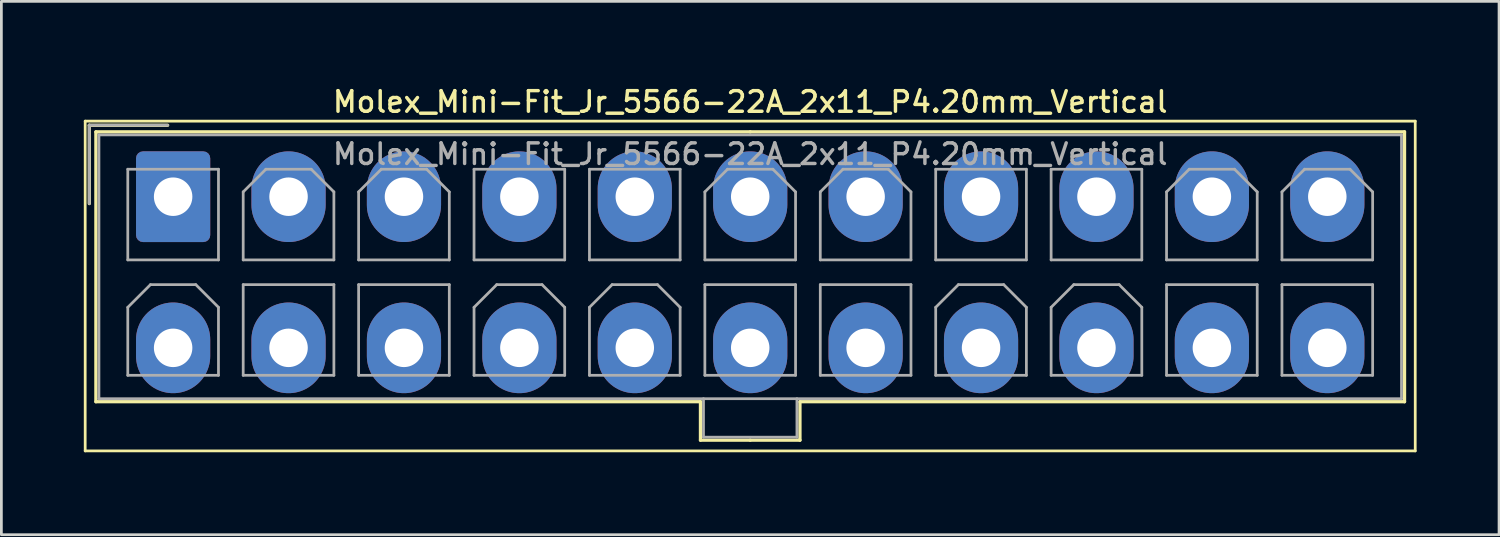
<source format=kicad_pcb>
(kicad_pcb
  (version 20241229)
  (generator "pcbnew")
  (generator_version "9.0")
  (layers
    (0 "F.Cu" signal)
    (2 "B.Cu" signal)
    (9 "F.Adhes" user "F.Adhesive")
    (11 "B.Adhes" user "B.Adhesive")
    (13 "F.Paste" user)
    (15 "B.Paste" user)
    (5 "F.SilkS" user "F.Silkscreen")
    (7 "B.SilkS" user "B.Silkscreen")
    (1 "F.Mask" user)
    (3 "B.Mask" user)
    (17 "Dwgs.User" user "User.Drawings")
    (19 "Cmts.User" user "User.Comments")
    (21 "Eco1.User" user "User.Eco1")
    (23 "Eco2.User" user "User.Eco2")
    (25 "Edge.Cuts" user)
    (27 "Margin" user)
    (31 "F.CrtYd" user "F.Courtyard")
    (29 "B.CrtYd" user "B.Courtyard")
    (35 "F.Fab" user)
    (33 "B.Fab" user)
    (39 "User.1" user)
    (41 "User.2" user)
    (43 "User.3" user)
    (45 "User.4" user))
  (footprint "Molex_Mini-Fit_Jr_5566-22A_2x11_P4.20mm_Vertical"
    (layer "F.Cu")
    (at 3.25 4.108)
    (property "Reference" "Molex_Mini-Fit_Jr_5566-22A_2x11_P4.20mm_Vertical" (at 21 -3.45 0) (layer "F.SilkS") (effects (font (size 0.75 0.75) (thickness 0.125))))
    (attr through_hole)
    (fp_line (start -3.2 -2.75) (end -3.2 9.25) (stroke (width 0.1) (type solid)) (layer "F.SilkS"))
    (fp_line (start -3.2 9.25) (end 45.2 9.25) (stroke (width 0.1) (type solid)) (layer "F.SilkS"))
    (fp_line (start -3.05 -2.6) (end -3.05 0.25) (stroke (width 0.12) (type solid)) (layer "F.SilkS"))
    (fp_line (start -2.81 -2.36) (end -2.81 7.46) (stroke (width 0.12) (type solid)) (layer "F.SilkS"))
    (fp_line (start -2.81 7.46) (end 19.19 7.46) (stroke (width 0.12) (type solid)) (layer "F.SilkS"))
    (fp_line (start -0.2 -2.6) (end -3.05 -2.6) (stroke (width 0.12) (type solid)) (layer "F.SilkS"))
    (fp_line (start 19.19 7.46) (end 19.19 8.86) (stroke (width 0.12) (type solid)) (layer "F.SilkS"))
    (fp_line (start 19.19 8.86) (end 21 8.86) (stroke (width 0.12) (type solid)) (layer "F.SilkS"))
    (fp_line (start 21 -2.36) (end -2.81 -2.36) (stroke (width 0.12) (type solid)) (layer "F.SilkS"))
    (fp_line (start 21 -2.36) (end 44.81 -2.36) (stroke (width 0.12) (type solid)) (layer "F.SilkS"))
    (fp_line (start 22.81 7.46) (end 22.81 8.86) (stroke (width 0.12) (type solid)) (layer "F.SilkS"))
    (fp_line (start 22.81 8.86) (end 21 8.86) (stroke (width 0.12) (type solid)) (layer "F.SilkS"))
    (fp_line (start 44.81 -2.36) (end 44.81 7.46) (stroke (width 0.12) (type solid)) (layer "F.SilkS"))
    (fp_line (start 44.81 7.46) (end 22.81 7.46) (stroke (width 0.12) (type solid)) (layer "F.SilkS"))
    (fp_line (start 45.2 -2.75) (end -3.2 -2.75) (stroke (width 0.1) (type solid)) (layer "F.SilkS"))
    (fp_line (start 45.2 9.25) (end 45.2 -2.75) (stroke (width 0.1) (type solid)) (layer "F.SilkS"))
    (fp_line (start -3.05 -2.6) (end -3.05 0.25) (stroke (width 0.1) (type solid)) (layer "F.Fab"))
    (fp_line (start -2.7 -2.25) (end -2.7 7.35) (stroke (width 0.1) (type solid)) (layer "F.Fab"))
    (fp_line (start -2.7 7.35) (end 44.7 7.35) (stroke (width 0.1) (type solid)) (layer "F.Fab"))
    (fp_line (start -1.65 -1) (end -1.65 2.3) (stroke (width 0.1) (type solid)) (layer "F.Fab"))
    (fp_line (start -1.65 2.3) (end 1.65 2.3) (stroke (width 0.1) (type solid)) (layer "F.Fab"))
    (fp_line (start -1.65 4.025) (end -0.825 3.2) (stroke (width 0.1) (type solid)) (layer "F.Fab"))
    (fp_line (start -1.65 6.5) (end -1.65 4.025) (stroke (width 0.1) (type solid)) (layer "F.Fab"))
    (fp_line (start -0.825 3.2) (end 0.825 3.2) (stroke (width 0.1) (type solid)) (layer "F.Fab"))
    (fp_line (start -0.2 -2.6) (end -3.05 -2.6) (stroke (width 0.1) (type solid)) (layer "F.Fab"))
    (fp_line (start 0.825 3.2) (end 1.65 4.025) (stroke (width 0.1) (type solid)) (layer "F.Fab"))
    (fp_line (start 1.65 -1) (end -1.65 -1) (stroke (width 0.1) (type solid)) (layer "F.Fab"))
    (fp_line (start 1.65 2.3) (end 1.65 -1) (stroke (width 0.1) (type solid)) (layer "F.Fab"))
    (fp_line (start 1.65 4.025) (end 1.65 6.5) (stroke (width 0.1) (type solid)) (layer "F.Fab"))
    (fp_line (start 1.65 6.5) (end -1.65 6.5) (stroke (width 0.1) (type solid)) (layer "F.Fab"))
    (fp_line (start 2.55 -0.175) (end 3.375 -1) (stroke (width 0.1) (type solid)) (layer "F.Fab"))
    (fp_line (start 2.55 2.3) (end 2.55 -0.175) (stroke (width 0.1) (type solid)) (layer "F.Fab"))
    (fp_line (start 2.55 3.2) (end 2.55 6.5) (stroke (width 0.1) (type solid)) (layer "F.Fab"))
    (fp_line (start 2.55 6.5) (end 5.85 6.5) (stroke (width 0.1) (type solid)) (layer "F.Fab"))
    (fp_line (start 3.375 -1) (end 5.025 -1) (stroke (width 0.1) (type solid)) (layer "F.Fab"))
    (fp_line (start 5.025 -1) (end 5.85 -0.175) (stroke (width 0.1) (type solid)) (layer "F.Fab"))
    (fp_line (start 5.85 -0.175) (end 5.85 2.3) (stroke (width 0.1) (type solid)) (layer "F.Fab"))
    (fp_line (start 5.85 2.3) (end 2.55 2.3) (stroke (width 0.1) (type solid)) (layer "F.Fab"))
    (fp_line (start 5.85 3.2) (end 2.55 3.2) (stroke (width 0.1) (type solid)) (layer "F.Fab"))
    (fp_line (start 5.85 6.5) (end 5.85 3.2) (stroke (width 0.1) (type solid)) (layer "F.Fab"))
    (fp_line (start 6.75 -0.175) (end 7.575 -1) (stroke (width 0.1) (type solid)) (layer "F.Fab"))
    (fp_line (start 6.75 2.3) (end 6.75 -0.175) (stroke (width 0.1) (type solid)) (layer "F.Fab"))
    (fp_line (start 6.75 3.2) (end 6.75 6.5) (stroke (width 0.1) (type solid)) (layer "F.Fab"))
    (fp_line (start 6.75 6.5) (end 10.05 6.5) (stroke (width 0.1) (type solid)) (layer "F.Fab"))
    (fp_line (start 7.575 -1) (end 9.225 -1) (stroke (width 0.1) (type solid)) (layer "F.Fab"))
    (fp_line (start 9.225 -1) (end 10.05 -0.175) (stroke (width 0.1) (type solid)) (layer "F.Fab"))
    (fp_line (start 10.05 -0.175) (end 10.05 2.3) (stroke (width 0.1) (type solid)) (layer "F.Fab"))
    (fp_line (start 10.05 2.3) (end 6.75 2.3) (stroke (width 0.1) (type solid)) (layer "F.Fab"))
    (fp_line (start 10.05 3.2) (end 6.75 3.2) (stroke (width 0.1) (type solid)) (layer "F.Fab"))
    (fp_line (start 10.05 6.5) (end 10.05 3.2) (stroke (width 0.1) (type solid)) (layer "F.Fab"))
    (fp_line (start 10.95 -1) (end 10.95 2.3) (stroke (width 0.1) (type solid)) (layer "F.Fab"))
    (fp_line (start 10.95 2.3) (end 14.25 2.3) (stroke (width 0.1) (type solid)) (layer "F.Fab"))
    (fp_line (start 10.95 4.025) (end 11.775 3.2) (stroke (width 0.1) (type solid)) (layer "F.Fab"))
    (fp_line (start 10.95 6.5) (end 10.95 4.025) (stroke (width 0.1) (type solid)) (layer "F.Fab"))
    (fp_line (start 11.775 3.2) (end 13.425 3.2) (stroke (width 0.1) (type solid)) (layer "F.Fab"))
    (fp_line (start 13.425 3.2) (end 14.25 4.025) (stroke (width 0.1) (type solid)) (layer "F.Fab"))
    (fp_line (start 14.25 -1) (end 10.95 -1) (stroke (width 0.1) (type solid)) (layer "F.Fab"))
    (fp_line (start 14.25 2.3) (end 14.25 -1) (stroke (width 0.1) (type solid)) (layer "F.Fab"))
    (fp_line (start 14.25 4.025) (end 14.25 6.5) (stroke (width 0.1) (type solid)) (layer "F.Fab"))
    (fp_line (start 14.25 6.5) (end 10.95 6.5) (stroke (width 0.1) (type solid)) (layer "F.Fab"))
    (fp_line (start 15.15 -1) (end 15.15 2.3) (stroke (width 0.1) (type solid)) (layer "F.Fab"))
    (fp_line (start 15.15 2.3) (end 18.45 2.3) (stroke (width 0.1) (type solid)) (layer "F.Fab"))
    (fp_line (start 15.15 4.025) (end 15.975 3.2) (stroke (width 0.1) (type solid)) (layer "F.Fab"))
    (fp_line (start 15.15 6.5) (end 15.15 4.025) (stroke (width 0.1) (type solid)) (layer "F.Fab"))
    (fp_line (start 15.975 3.2) (end 17.625 3.2) (stroke (width 0.1) (type solid)) (layer "F.Fab"))
    (fp_line (start 17.625 3.2) (end 18.45 4.025) (stroke (width 0.1) (type solid)) (layer "F.Fab"))
    (fp_line (start 18.45 -1) (end 15.15 -1) (stroke (width 0.1) (type solid)) (layer "F.Fab"))
    (fp_line (start 18.45 2.3) (end 18.45 -1) (stroke (width 0.1) (type solid)) (layer "F.Fab"))
    (fp_line (start 18.45 4.025) (end 18.45 6.5) (stroke (width 0.1) (type solid)) (layer "F.Fab"))
    (fp_line (start 18.45 6.5) (end 15.15 6.5) (stroke (width 0.1) (type solid)) (layer "F.Fab"))
    (fp_line (start 19.3 7.35) (end 19.3 8.75) (stroke (width 0.1) (type solid)) (layer "F.Fab"))
    (fp_line (start 19.3 8.75) (end 22.7 8.75) (stroke (width 0.1) (type solid)) (layer "F.Fab"))
    (fp_line (start 19.35 -0.175) (end 20.175 -1) (stroke (width 0.1) (type solid)) (layer "F.Fab"))
    (fp_line (start 19.35 2.3) (end 19.35 -0.175) (stroke (width 0.1) (type solid)) (layer "F.Fab"))
    (fp_line (start 19.35 3.2) (end 19.35 6.5) (stroke (width 0.1) (type solid)) (layer "F.Fab"))
    (fp_line (start 19.35 6.5) (end 22.65 6.5) (stroke (width 0.1) (type solid)) (layer "F.Fab"))
    (fp_line (start 20.175 -1) (end 21.825 -1) (stroke (width 0.1) (type solid)) (layer "F.Fab"))
    (fp_line (start 21.825 -1) (end 22.65 -0.175) (stroke (width 0.1) (type solid)) (layer "F.Fab"))
    (fp_line (start 22.65 -0.175) (end 22.65 2.3) (stroke (width 0.1) (type solid)) (layer "F.Fab"))
    (fp_line (start 22.65 2.3) (end 19.35 2.3) (stroke (width 0.1) (type solid)) (layer "F.Fab"))
    (fp_line (start 22.65 3.2) (end 19.35 3.2) (stroke (width 0.1) (type solid)) (layer "F.Fab"))
    (fp_line (start 22.65 6.5) (end 22.65 3.2) (stroke (width 0.1) (type solid)) (layer "F.Fab"))
    (fp_line (start 22.7 8.75) (end 22.7 7.35) (stroke (width 0.1) (type solid)) (layer "F.Fab"))
    (fp_line (start 23.55 -0.175) (end 24.375 -1) (stroke (width 0.1) (type solid)) (layer "F.Fab"))
    (fp_line (start 23.55 2.3) (end 23.55 -0.175) (stroke (width 0.1) (type solid)) (layer "F.Fab"))
    (fp_line (start 23.55 3.2) (end 23.55 6.5) (stroke (width 0.1) (type solid)) (layer "F.Fab"))
    (fp_line (start 23.55 6.5) (end 26.85 6.5) (stroke (width 0.1) (type solid)) (layer "F.Fab"))
    (fp_line (start 24.375 -1) (end 26.025 -1) (stroke (width 0.1) (type solid)) (layer "F.Fab"))
    (fp_line (start 26.025 -1) (end 26.85 -0.175) (stroke (width 0.1) (type solid)) (layer "F.Fab"))
    (fp_line (start 26.85 -0.175) (end 26.85 2.3) (stroke (width 0.1) (type solid)) (layer "F.Fab"))
    (fp_line (start 26.85 2.3) (end 23.55 2.3) (stroke (width 0.1) (type solid)) (layer "F.Fab"))
    (fp_line (start 26.85 3.2) (end 23.55 3.2) (stroke (width 0.1) (type solid)) (layer "F.Fab"))
    (fp_line (start 26.85 6.5) (end 26.85 3.2) (stroke (width 0.1) (type solid)) (layer "F.Fab"))
    (fp_line (start 27.75 -1) (end 27.75 2.3) (stroke (width 0.1) (type solid)) (layer "F.Fab"))
    (fp_line (start 27.75 2.3) (end 31.05 2.3) (stroke (width 0.1) (type solid)) (layer "F.Fab"))
    (fp_line (start 27.75 4.025) (end 28.575 3.2) (stroke (width 0.1) (type solid)) (layer "F.Fab"))
    (fp_line (start 27.75 6.5) (end 27.75 4.025) (stroke (width 0.1) (type solid)) (layer "F.Fab"))
    (fp_line (start 28.575 3.2) (end 30.225 3.2) (stroke (width 0.1) (type solid)) (layer "F.Fab"))
    (fp_line (start 30.225 3.2) (end 31.05 4.025) (stroke (width 0.1) (type solid)) (layer "F.Fab"))
    (fp_line (start 31.05 -1) (end 27.75 -1) (stroke (width 0.1) (type solid)) (layer "F.Fab"))
    (fp_line (start 31.05 2.3) (end 31.05 -1) (stroke (width 0.1) (type solid)) (layer "F.Fab"))
    (fp_line (start 31.05 4.025) (end 31.05 6.5) (stroke (width 0.1) (type solid)) (layer "F.Fab"))
    (fp_line (start 31.05 6.5) (end 27.75 6.5) (stroke (width 0.1) (type solid)) (layer "F.Fab"))
    (fp_line (start 31.95 -1) (end 31.95 2.3) (stroke (width 0.1) (type solid)) (layer "F.Fab"))
    (fp_line (start 31.95 2.3) (end 35.25 2.3) (stroke (width 0.1) (type solid)) (layer "F.Fab"))
    (fp_line (start 31.95 4.025) (end 32.775 3.2) (stroke (width 0.1) (type solid)) (layer "F.Fab"))
    (fp_line (start 31.95 6.5) (end 31.95 4.025) (stroke (width 0.1) (type solid)) (layer "F.Fab"))
    (fp_line (start 32.775 3.2) (end 34.425 3.2) (stroke (width 0.1) (type solid)) (layer "F.Fab"))
    (fp_line (start 34.425 3.2) (end 35.25 4.025) (stroke (width 0.1) (type solid)) (layer "F.Fab"))
    (fp_line (start 35.25 -1) (end 31.95 -1) (stroke (width 0.1) (type solid)) (layer "F.Fab"))
    (fp_line (start 35.25 2.3) (end 35.25 -1) (stroke (width 0.1) (type solid)) (layer "F.Fab"))
    (fp_line (start 35.25 4.025) (end 35.25 6.5) (stroke (width 0.1) (type solid)) (layer "F.Fab"))
    (fp_line (start 35.25 6.5) (end 31.95 6.5) (stroke (width 0.1) (type solid)) (layer "F.Fab"))
    (fp_line (start 36.15 -0.175) (end 36.975 -1) (stroke (width 0.1) (type solid)) (layer "F.Fab"))
    (fp_line (start 36.15 2.3) (end 36.15 -0.175) (stroke (width 0.1) (type solid)) (layer "F.Fab"))
    (fp_line (start 36.15 3.2) (end 36.15 6.5) (stroke (width 0.1) (type solid)) (layer "F.Fab"))
    (fp_line (start 36.15 6.5) (end 39.45 6.5) (stroke (width 0.1) (type solid)) (layer "F.Fab"))
    (fp_line (start 36.975 -1) (end 38.625 -1) (stroke (width 0.1) (type solid)) (layer "F.Fab"))
    (fp_line (start 38.625 -1) (end 39.45 -0.175) (stroke (width 0.1) (type solid)) (layer "F.Fab"))
    (fp_line (start 39.45 -0.175) (end 39.45 2.3) (stroke (width 0.1) (type solid)) (layer "F.Fab"))
    (fp_line (start 39.45 2.3) (end 36.15 2.3) (stroke (width 0.1) (type solid)) (layer "F.Fab"))
    (fp_line (start 39.45 3.2) (end 36.15 3.2) (stroke (width 0.1) (type solid)) (layer "F.Fab"))
    (fp_line (start 39.45 6.5) (end 39.45 3.2) (stroke (width 0.1) (type solid)) (layer "F.Fab"))
    (fp_line (start 40.35 -0.175) (end 41.175 -1) (stroke (width 0.1) (type solid)) (layer "F.Fab"))
    (fp_line (start 40.35 2.3) (end 40.35 -0.175) (stroke (width 0.1) (type solid)) (layer "F.Fab"))
    (fp_line (start 40.35 3.2) (end 40.35 6.5) (stroke (width 0.1) (type solid)) (layer "F.Fab"))
    (fp_line (start 40.35 6.5) (end 43.65 6.5) (stroke (width 0.1) (type solid)) (layer "F.Fab"))
    (fp_line (start 41.175 -1) (end 42.825 -1) (stroke (width 0.1) (type solid)) (layer "F.Fab"))
    (fp_line (start 42.825 -1) (end 43.65 -0.175) (stroke (width 0.1) (type solid)) (layer "F.Fab"))
    (fp_line (start 43.65 -0.175) (end 43.65 2.3) (stroke (width 0.1) (type solid)) (layer "F.Fab"))
    (fp_line (start 43.65 2.3) (end 40.35 2.3) (stroke (width 0.1) (type solid)) (layer "F.Fab"))
    (fp_line (start 43.65 3.2) (end 40.35 3.2) (stroke (width 0.1) (type solid)) (layer "F.Fab"))
    (fp_line (start 43.65 6.5) (end 43.65 3.2) (stroke (width 0.1) (type solid)) (layer "F.Fab"))
    (fp_line (start 44.7 -2.25) (end -2.7 -2.25) (stroke (width 0.1) (type solid)) (layer "F.Fab"))
    (fp_line (start 44.7 7.35) (end 44.7 -2.25) (stroke (width 0.1) (type solid)) (layer "F.Fab"))
    (fp_text user "${REFERENCE}" (at 21 -1.55 0) (layer "F.Fab") (effects (font (size 0.75 0.75) (thickness 0.125))))
    (pad "1" thru_hole roundrect (at 0 0) (size 2.7 3.3) (drill 1.4) (layers "*.Cu" "*.Mask") (roundrect_rratio 0.093))
    (pad "2" thru_hole oval (at 4.2 0) (size 2.7 3.3) (drill 1.4) (layers "*.Cu" "*.Mask"))
    (pad "3" thru_hole oval (at 8.4 0) (size 2.7 3.3) (drill 1.4) (layers "*.Cu" "*.Mask"))
    (pad "4" thru_hole oval (at 12.6 0) (size 2.7 3.3) (drill 1.4) (layers "*.Cu" "*.Mask"))
    (pad "5" thru_hole oval (at 16.8 0) (size 2.7 3.3) (drill 1.4) (layers "*.Cu" "*.Mask"))
    (pad "6" thru_hole oval (at 21 0) (size 2.7 3.3) (drill 1.4) (layers "*.Cu" "*.Mask"))
    (pad "7" thru_hole oval (at 25.2 0) (size 2.7 3.3) (drill 1.4) (layers "*.Cu" "*.Mask"))
    (pad "8" thru_hole oval (at 29.4 0) (size 2.7 3.3) (drill 1.4) (layers "*.Cu" "*.Mask"))
    (pad "9" thru_hole oval (at 33.6 0) (size 2.7 3.3) (drill 1.4) (layers "*.Cu" "*.Mask"))
    (pad "10" thru_hole oval (at 37.8 0) (size 2.7 3.3) (drill 1.4) (layers "*.Cu" "*.Mask"))
    (pad "11" thru_hole oval (at 42 0) (size 2.7 3.3) (drill 1.4) (layers "*.Cu" "*.Mask"))
    (pad "12" thru_hole oval (at 0 5.5) (size 2.7 3.3) (drill 1.4) (layers "*.Cu" "*.Mask"))
    (pad "13" thru_hole oval (at 4.2 5.5) (size 2.7 3.3) (drill 1.4) (layers "*.Cu" "*.Mask"))
    (pad "14" thru_hole oval (at 8.4 5.5) (size 2.7 3.3) (drill 1.4) (layers "*.Cu" "*.Mask"))
    (pad "15" thru_hole oval (at 12.6 5.5) (size 2.7 3.3) (drill 1.4) (layers "*.Cu" "*.Mask"))
    (pad "16" thru_hole oval (at 16.8 5.5) (size 2.7 3.3) (drill 1.4) (layers "*.Cu" "*.Mask"))
    (pad "17" thru_hole oval (at 21 5.5) (size 2.7 3.3) (drill 1.4) (layers "*.Cu" "*.Mask"))
    (pad "18" thru_hole oval (at 25.2 5.5) (size 2.7 3.3) (drill 1.4) (layers "*.Cu" "*.Mask"))
    (pad "19" thru_hole oval (at 29.4 5.5) (size 2.7 3.3) (drill 1.4) (layers "*.Cu" "*.Mask"))
    (pad "20" thru_hole oval (at 33.6 5.5) (size 2.7 3.3) (drill 1.4) (layers "*.Cu" "*.Mask"))
    (pad "21" thru_hole oval (at 37.8 5.5) (size 2.7 3.3) (drill 1.4) (layers "*.Cu" "*.Mask"))
    (pad "22" thru_hole oval (at 42 5.5) (size 2.7 3.3) (drill 1.4) (layers "*.Cu" "*.Mask")))
  (gr_rect
    (start -3 -3)
    (end 51.5 16.408)
    (stroke (width 0.1) (type default))
    (fill no)
    (layer "Edge.Cuts")))
</source>
